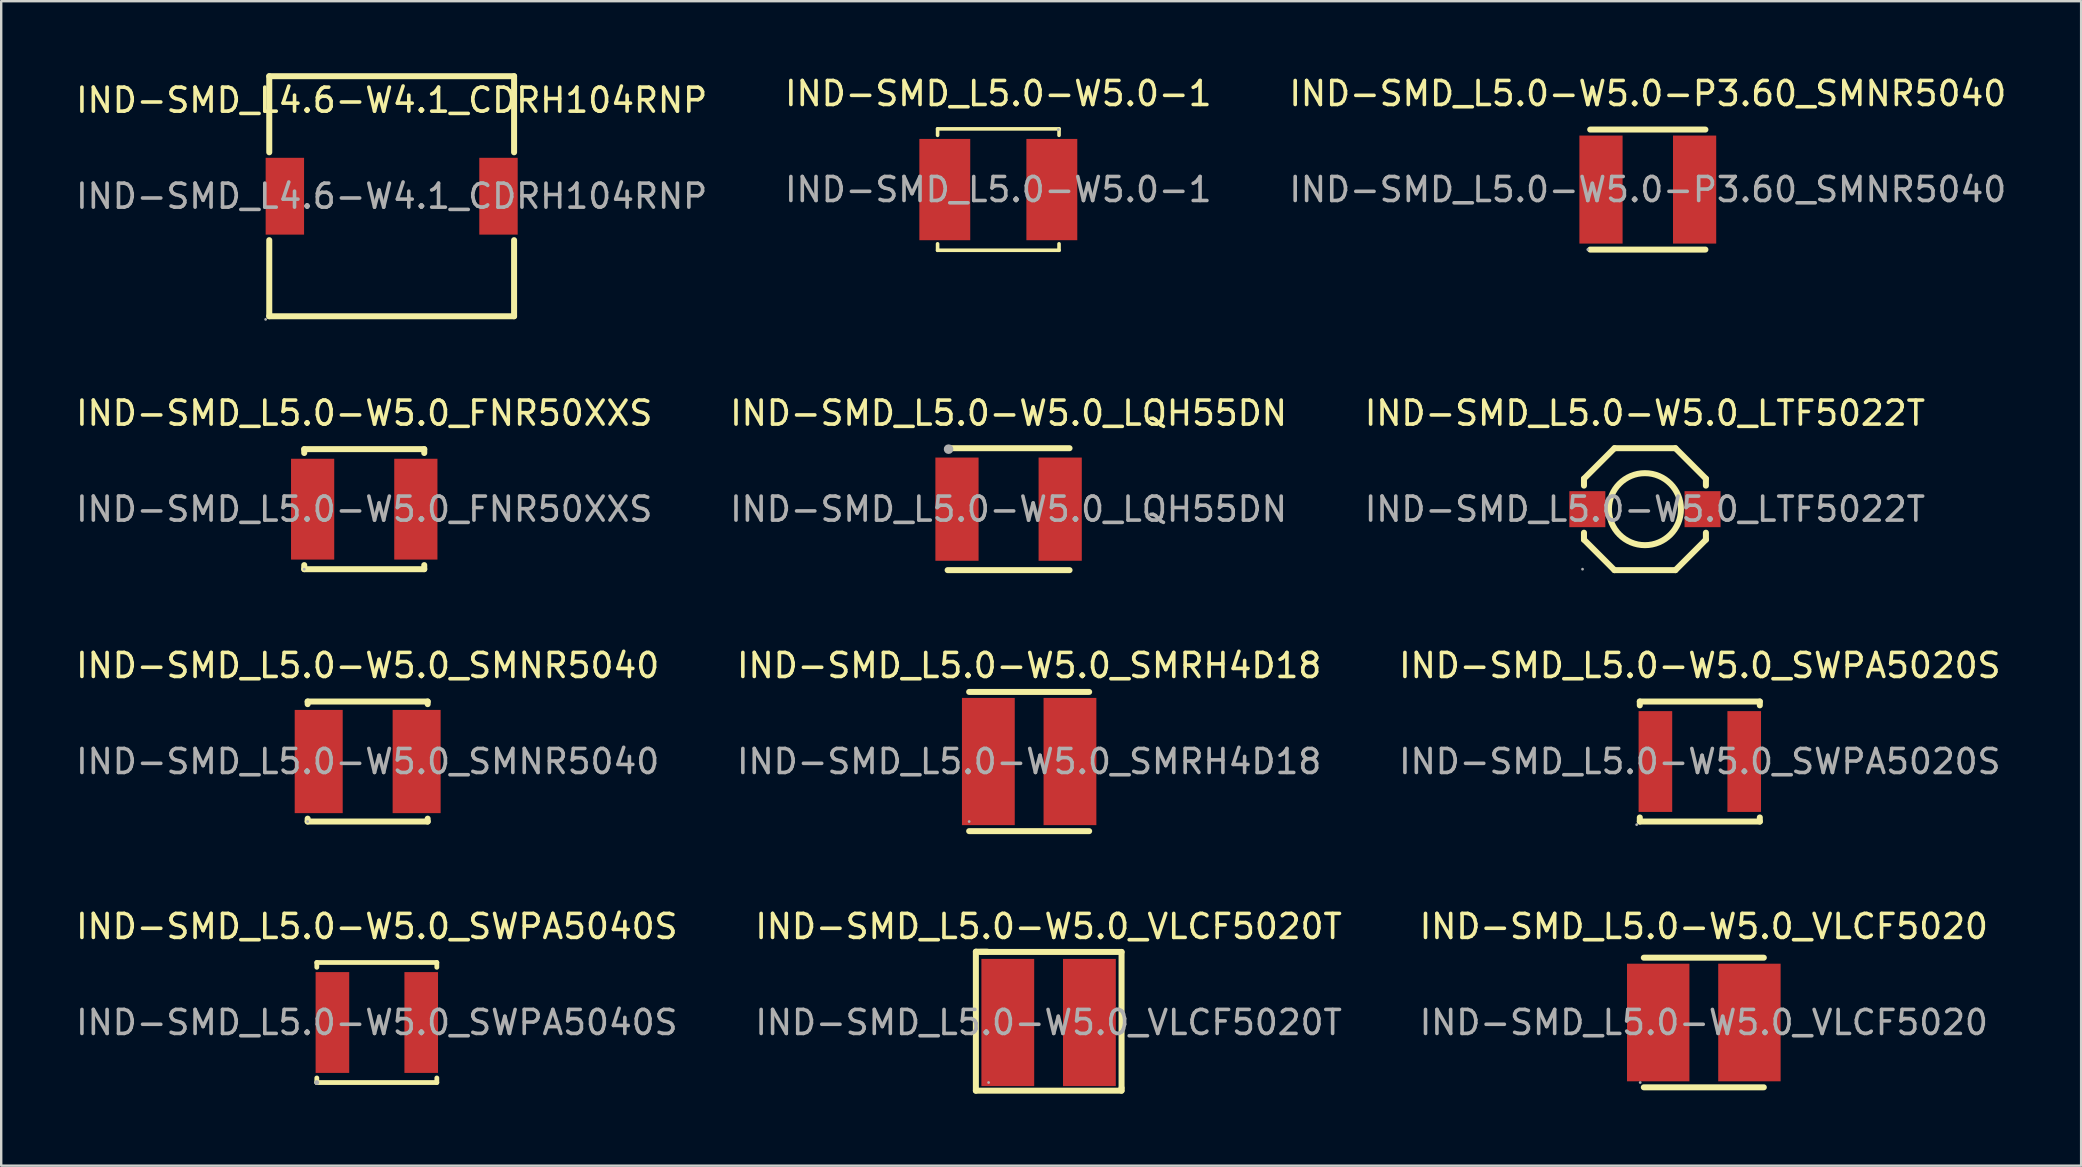
<source format=kicad_pcb>
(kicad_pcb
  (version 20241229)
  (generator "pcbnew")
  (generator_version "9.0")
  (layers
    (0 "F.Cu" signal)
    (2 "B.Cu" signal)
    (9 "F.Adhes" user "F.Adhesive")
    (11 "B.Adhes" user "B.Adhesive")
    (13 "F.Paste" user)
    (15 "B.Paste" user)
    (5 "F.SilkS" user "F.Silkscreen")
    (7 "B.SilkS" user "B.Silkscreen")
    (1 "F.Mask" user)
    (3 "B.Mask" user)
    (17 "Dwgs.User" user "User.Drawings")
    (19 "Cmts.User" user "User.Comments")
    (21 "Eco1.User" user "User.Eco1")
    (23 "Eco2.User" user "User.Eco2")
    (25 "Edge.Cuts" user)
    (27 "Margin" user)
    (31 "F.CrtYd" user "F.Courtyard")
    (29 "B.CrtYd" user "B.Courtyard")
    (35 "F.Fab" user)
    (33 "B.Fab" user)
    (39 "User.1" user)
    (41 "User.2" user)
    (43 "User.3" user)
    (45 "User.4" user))
  (footprint "IND-SMD_L5.0-W5.0_VLCF5020"
    (layer "F.Cu")
    (at 67.935 39.55)
    (property "Reference" "IND-SMD_L5.0-W5.0_VLCF5020" (at 0 -4 0) (layer "F.SilkS") (effects (font (size 1 1) (thickness 0.15))))
    (attr through_hole)
    (fp_line (start -2.5 -2.7) (end 2.5 -2.7) (stroke (width 0.25) (type solid)) (layer "F.SilkS"))
    (fp_line (start -2.5 2.7) (end 2.5 2.7) (stroke (width 0.25) (type solid)) (layer "F.SilkS"))
    (fp_circle (center -2.65 2.5) (end -2.62 2.5) (stroke (width 0.06) (type solid)) (fill no) (layer "F.Fab"))
    (fp_text user "${REFERENCE}" (at 0 0 0) (layer "F.Fab") (effects (font (size 1 1) (thickness 0.15))))
    (pad "1" smd rect (at -1.9 0 90) (size 4.9 2.6) (layers "F.Cu" "F.Mask" "F.Paste"))
    (pad "2" smd rect (at 1.9 0 90) (size 4.9 2.6) (layers "F.Cu" "F.Mask" "F.Paste")))
  (footprint "IND-SMD_L4.6-W4.1_CDRH104RNP"
    (layer "F.Cu")
    (at 13.268 5.125)
    (property "Reference" "IND-SMD_L4.6-W4.1_CDRH104RNP" (at 0 -4 0) (layer "F.SilkS") (effects (font (size 1 1) (thickness 0.15))))
    (attr through_hole)
    (fp_line (start -5.1 -5) (end 5.1 -5) (stroke (width 0.25) (type solid)) (layer "F.SilkS"))
    (fp_line (start -5.1 -1.83) (end -5.1 -5) (stroke (width 0.25) (type solid)) (layer "F.SilkS"))
    (fp_line (start -5.1 5) (end -5.1 1.83) (stroke (width 0.25) (type solid)) (layer "F.SilkS"))
    (fp_line (start -5.1 5) (end 5.1 5) (stroke (width 0.25) (type solid)) (layer "F.SilkS"))
    (fp_line (start 5.1 -5) (end 5.1 -1.83) (stroke (width 0.25) (type solid)) (layer "F.SilkS"))
    (fp_line (start 5.1 1.83) (end 5.1 5) (stroke (width 0.25) (type solid)) (layer "F.SilkS"))
    (fp_circle (center -5.25 5.13) (end -5.22 5.13) (stroke (width 0.06) (type solid)) (fill no) (layer "F.Fab"))
    (fp_text user "${REFERENCE}" (at 0 0 0) (layer "F.Fab") (effects (font (size 1 1) (thickness 0.15))))
    (pad "1" smd rect (at -4.45 0 90) (size 3.2 1.6) (layers "F.Cu" "F.Mask" "F.Paste"))
    (pad "2" smd rect (at 4.45 0 90) (size 3.2 1.6) (layers "F.Cu" "F.Mask" "F.Paste")))
  (footprint "IND-SMD_L5.0-W5.0_SWPA5040S"
    (layer "F.Cu")
    (at 12.649 39.55)
    (property "Reference" "IND-SMD_L5.0-W5.0_SWPA5040S" (at 0 -4 0) (layer "F.SilkS") (effects (font (size 1 1) (thickness 0.15))))
    (attr through_hole)
    (fp_line (start -2.5 -2.5) (end -2.5 -2.3) (stroke (width 0.2) (type solid)) (layer "F.SilkS"))
    (fp_line (start -2.5 -2.5) (end 2.5 -2.5) (stroke (width 0.2) (type solid)) (layer "F.SilkS"))
    (fp_line (start -2.5 2.31) (end -2.5 2.5) (stroke (width 0.2) (type solid)) (layer "F.SilkS"))
    (fp_line (start -2.5 2.5) (end 2.5 2.5) (stroke (width 0.2) (type solid)) (layer "F.SilkS"))
    (fp_line (start 2.5 -2.3) (end 2.5 -2.5) (stroke (width 0.2) (type solid)) (layer "F.SilkS"))
    (fp_line (start 2.5 2.5) (end 2.5 2.31) (stroke (width 0.2) (type solid)) (layer "F.SilkS"))
    (fp_circle (center -2.5 2.5) (end -2.45 2.5) (stroke (width 0.1) (type solid)) (fill no) (layer "F.Fab"))
    (fp_text user "${REFERENCE}" (at 0 0 0) (layer "F.Fab") (effects (font (size 1 1) (thickness 0.15))))
    (pad "1" smd rect (at -1.85 0) (size 1.4 4.2) (layers "F.Cu" "F.Mask" "F.Paste"))
    (pad "2" smd rect (at 1.85 0) (size 1.4 4.2) (layers "F.Cu" "F.Mask" "F.Paste")))
  (footprint "IND-SMD_L5.0-W5.0-P3.60_SMNR5040"
    (layer "F.Cu")
    (at 65.601 4.848)
    (property "Reference" "IND-SMD_L5.0-W5.0-P3.60_SMNR5040" (at 0 -4 0) (layer "F.SilkS") (effects (font (size 1 1) (thickness 0.15))))
    (attr through_hole)
    (fp_line (start -2.4 -2.5) (end 2.4 -2.5) (stroke (width 0.25) (type solid)) (layer "F.SilkS"))
    (fp_line (start -2.4 2.5) (end 2.4 2.5) (stroke (width 0.25) (type solid)) (layer "F.SilkS"))
    (fp_circle (center -2.5 2.5) (end -2.47 2.5) (stroke (width 0.06) (type solid)) (fill no) (layer "F.Fab"))
    (fp_text user "${REFERENCE}" (at 0 0 0) (layer "F.Fab") (effects (font (size 1 1) (thickness 0.15))))
    (pad "1" smd rect (at -1.95 0) (size 1.8 4.5) (layers "F.Cu" "F.Mask" "F.Paste"))
    (pad "2" smd rect (at 1.95 0) (size 1.8 4.5) (layers "F.Cu" "F.Mask" "F.Paste")))
  (footprint "IND-SMD_L5.0-W5.0_LTF5022T"
    (layer "F.Cu")
    (at 65.482 18.163)
    (property "Reference" "IND-SMD_L5.0-W5.0_LTF5022T" (at 0 -4 0) (layer "F.SilkS") (effects (font (size 1 1) (thickness 0.15))))
    (attr through_hole)
    (fp_line (start -2.54 -1.27) (end -1.27 -2.54) (stroke (width 0.25) (type solid)) (layer "F.SilkS"))
    (fp_line (start -2.54 -0.98) (end -2.54 -1.27) (stroke (width 0.25) (type solid)) (layer "F.SilkS"))
    (fp_line (start -2.54 1.27) (end -2.54 0.98) (stroke (width 0.25) (type solid)) (layer "F.SilkS"))
    (fp_line (start -1.27 -2.54) (end 1.27 -2.54) (stroke (width 0.25) (type solid)) (layer "F.SilkS"))
    (fp_line (start -1.27 2.54) (end -2.54 1.27) (stroke (width 0.25) (type solid)) (layer "F.SilkS"))
    (fp_line (start 1.27 -2.54) (end 2.54 -1.27) (stroke (width 0.25) (type solid)) (layer "F.SilkS"))
    (fp_line (start 1.27 2.54) (end -1.27 2.54) (stroke (width 0.25) (type solid)) (layer "F.SilkS"))
    (fp_line (start 2.54 -1.27) (end 2.54 -0.98) (stroke (width 0.25) (type solid)) (layer "F.SilkS"))
    (fp_line (start 2.54 0.98) (end 2.54 1.27) (stroke (width 0.25) (type solid)) (layer "F.SilkS"))
    (fp_line (start 2.54 1.27) (end 1.27 2.54) (stroke (width 0.25) (type solid)) (layer "F.SilkS"))
    (fp_circle (center 0 0) (end 1.5 0) (stroke (width 0.25) (type solid)) (fill no) (layer "F.SilkS"))
    (fp_circle (center -2.6 2.5) (end -2.57 2.5) (stroke (width 0.06) (type solid)) (fill no) (layer "F.Fab"))
    (fp_text user "${REFERENCE}" (at 0 0 0) (layer "F.Fab") (effects (font (size 1 1) (thickness 0.15))))
    (pad "1" smd rect (at -2.4 0) (size 1.5 1.5) (layers "F.Cu" "F.Mask" "F.Paste"))
    (pad "2" smd rect (at 2.4 0) (size 1.5 1.5) (layers "F.Cu" "F.Mask" "F.Paste")))
  (footprint "IND-SMD_L5.0-W5.0_SWPA5020S"
    (layer "F.Cu")
    (at 67.768 28.677)
    (property "Reference" "IND-SMD_L5.0-W5.0_SWPA5020S" (at 0 -4 0) (layer "F.SilkS") (effects (font (size 1 1) (thickness 0.15))))
    (attr through_hole)
    (fp_line (start -2.5 -2.5) (end 2.5 -2.5) (stroke (width 0.25) (type solid)) (layer "F.SilkS"))
    (fp_line (start -2.5 -2.34) (end -2.5 -2.5) (stroke (width 0.25) (type solid)) (layer "F.SilkS"))
    (fp_line (start -2.5 2.5) (end -2.5 2.33) (stroke (width 0.25) (type solid)) (layer "F.SilkS"))
    (fp_line (start -2.5 2.5) (end 2.5 2.5) (stroke (width 0.25) (type solid)) (layer "F.SilkS"))
    (fp_line (start 2.5 -2.34) (end 2.5 -2.5) (stroke (width 0.25) (type solid)) (layer "F.SilkS"))
    (fp_line (start 2.5 2.5) (end 2.5 2.33) (stroke (width 0.25) (type solid)) (layer "F.SilkS"))
    (fp_circle (center -2.63 2.63) (end -2.6 2.63) (stroke (width 0.06) (type solid)) (fill no) (layer "F.Fab"))
    (fp_text user "${REFERENCE}" (at 0 0 0) (layer "F.Fab") (effects (font (size 1 1) (thickness 0.15))))
    (pad "1" smd rect (at -1.85 0) (size 1.4 4.2) (layers "F.Cu" "F.Mask" "F.Paste"))
    (pad "2" smd rect (at 1.85 0) (size 1.4 4.2) (layers "F.Cu" "F.Mask" "F.Paste")))
  (footprint "IND-SMD_L5.0-W5.0_VLCF5020T"
    (layer "F.Cu")
    (at 40.637 39.55)
    (property "Reference" "IND-SMD_L5.0-W5.0_VLCF5020T" (at 0 -4 0) (layer "F.SilkS") (effects (font (size 1 1) (thickness 0.15))))
    (attr through_hole)
    (fp_line (start -3.03 -2.95) (end -2.55 -2.95) (stroke (width 0.25) (type solid)) (layer "F.SilkS"))
    (fp_line (start -3.03 2.84) (end -3.03 -2.95) (stroke (width 0.25) (type solid)) (layer "F.SilkS"))
    (fp_line (start -2.84 -2.94) (end 3.04 -2.94) (stroke (width 0.25) (type solid)) (layer "F.SilkS"))
    (fp_line (start 3.04 -2.94) (end 3.04 2.73) (stroke (width 0.25) (type solid)) (layer "F.SilkS"))
    (fp_line (start 3.04 2.73) (end 3.04 2.84) (stroke (width 0.25) (type solid)) (layer "F.SilkS"))
    (fp_line (start 3.04 2.84) (end -3.03 2.84) (stroke (width 0.25) (type solid)) (layer "F.SilkS"))
    (fp_circle (center -2.5 2.5) (end -2.47 2.5) (stroke (width 0.06) (type solid)) (fill no) (layer "F.Fab"))
    (fp_text user "${REFERENCE}" (at 0 0 0) (layer "F.Fab") (effects (font (size 1 1) (thickness 0.15))))
    (pad "1" smd rect (at -1.7 0) (size 2.2 5.3) (layers "F.Cu" "F.Mask" "F.Paste"))
    (pad "2" smd rect (at 1.7 0) (size 2.2 5.3) (layers "F.Cu" "F.Mask" "F.Paste")))
  (footprint "IND-SMD_L5.0-W5.0_SMRH4D18"
    (layer "F.Cu")
    (at 39.827 28.677)
    (property "Reference" "IND-SMD_L5.0-W5.0_SMRH4D18" (at 0 -4 0) (layer "F.SilkS") (effects (font (size 1 1) (thickness 0.15))))
    (attr through_hole)
    (fp_line (start -2.5 -2.9) (end 2.5 -2.9) (stroke (width 0.25) (type solid)) (layer "F.SilkS"))
    (fp_line (start -2.5 2.9) (end 2.5 2.9) (stroke (width 0.25) (type solid)) (layer "F.SilkS"))
    (fp_circle (center -2.5 2.5) (end -2.47 2.5) (stroke (width 0.06) (type solid)) (fill no) (layer "F.Fab"))
    (fp_text user "${REFERENCE}" (at 0 0 0) (layer "F.Fab") (effects (font (size 1 1) (thickness 0.15))))
    (pad "1" smd rect (at -1.7 0) (size 2.2 5.3) (layers "F.Cu" "F.Mask" "F.Paste"))
    (pad "2" smd rect (at 1.7 0) (size 2.2 5.3) (layers "F.Cu" "F.Mask" "F.Paste")))
  (footprint "IND-SMD_L5.0-W5.0-1"
    (layer "F.Cu")
    (at 38.542 4.848)
    (property "Reference" "IND-SMD_L5.0-W5.0-1" (at 0 -4 0) (layer "F.SilkS") (effects (font (size 1 1) (thickness 0.15))))
    (attr through_hole)
    (fp_line (start -2.53 -2.53) (end 2.53 -2.53) (stroke (width 0.15) (type solid)) (layer "F.SilkS"))
    (fp_line (start -2.53 -2.26) (end -2.53 -2.53) (stroke (width 0.15) (type solid)) (layer "F.SilkS"))
    (fp_line (start -2.53 2.26) (end -2.53 2.53) (stroke (width 0.15) (type solid)) (layer "F.SilkS"))
    (fp_line (start -2.53 2.53) (end 2.53 2.53) (stroke (width 0.15) (type solid)) (layer "F.SilkS"))
    (fp_line (start 2.53 -2.53) (end 2.53 -2.26) (stroke (width 0.15) (type solid)) (layer "F.SilkS"))
    (fp_line (start 2.53 2.53) (end 2.53 2.26) (stroke (width 0.15) (type solid)) (layer "F.SilkS"))
    (fp_circle (center 2.5 -2.5) (end 2.53 -2.5) (stroke (width 0.06) (type solid)) (fill no) (layer "F.Fab"))
    (fp_text user "${REFERENCE}" (at 0 0 0) (layer "F.Fab") (effects (font (size 1 1) (thickness 0.15))))
    (pad "1" smd rect (at 2.23 0) (size 2.12 4.22) (layers "F.Cu" "F.Mask" "F.Paste"))
    (pad "2" smd rect (at -2.23 0) (size 2.12 4.22) (layers "F.Cu" "F.Mask" "F.Paste")))
  (footprint "IND-SMD_L5.0-W5.0_SMNR5040"
    (layer "F.Cu")
    (at 12.268 28.677)
    (property "Reference" "IND-SMD_L5.0-W5.0_SMNR5040" (at 0 -4 0) (layer "F.SilkS") (effects (font (size 1 1) (thickness 0.15))))
    (attr through_hole)
    (fp_line (start -2.5 -2.5) (end -2.5 -2.39) (stroke (width 0.25) (type solid)) (layer "F.SilkS"))
    (fp_line (start -2.5 -2.5) (end 2.5 -2.5) (stroke (width 0.25) (type solid)) (layer "F.SilkS"))
    (fp_line (start -2.5 2.38) (end -2.5 2.5) (stroke (width 0.25) (type solid)) (layer "F.SilkS"))
    (fp_line (start -2.5 2.5) (end 2.5 2.5) (stroke (width 0.25) (type solid)) (layer "F.SilkS"))
    (fp_line (start 2.5 -2.5) (end 2.5 -2.39) (stroke (width 0.25) (type solid)) (layer "F.SilkS"))
    (fp_line (start 2.5 2.38) (end 2.5 2.5) (stroke (width 0.25) (type solid)) (layer "F.SilkS"))
    (fp_circle (center -2.5 2.5) (end -2.47 2.5) (stroke (width 0.06) (type solid)) (fill no) (layer "F.Fab"))
    (fp_text user "${REFERENCE}" (at 0 0 0) (layer "F.Fab") (effects (font (size 1 1) (thickness 0.15))))
    (pad "1" smd rect (at -2.04 0) (size 2 4.3) (layers "F.Cu" "F.Mask" "F.Paste"))
    (pad "2" smd rect (at 2.04 0) (size 2 4.3) (layers "F.Cu" "F.Mask" "F.Paste")))
  (footprint "IND-SMD_L5.0-W5.0_LQH55DN"
    (layer "F.Cu")
    (at 38.97 18.163)
    (property "Reference" "IND-SMD_L5.0-W5.0_LQH55DN" (at 0 -4 0) (layer "F.SilkS") (effects (font (size 1 1) (thickness 0.15))))
    (attr through_hole)
    (fp_line (start -2.54 -2.54) (end 2.54 -2.54) (stroke (width 0.25) (type solid)) (layer "F.SilkS"))
    (fp_line (start 2.54 2.54) (end -2.54 2.54) (stroke (width 0.25) (type solid)) (layer "F.SilkS"))
    (fp_circle (center -2.5 -2.5) (end -2.4 -2.5) (stroke (width 0.2) (type solid)) (fill no) (layer "F.Fab"))
    (fp_text user "${REFERENCE}" (at 0 0 0) (layer "F.Fab") (effects (font (size 1 1) (thickness 0.15))))
    (pad "1" smd rect (at -2.15 0) (size 1.8 4.3) (layers "F.Cu" "F.Mask" "F.Paste"))
    (pad "2" smd rect (at 2.15 0) (size 1.8 4.3) (layers "F.Cu" "F.Mask" "F.Paste")))
  (footprint "IND-SMD_L5.0-W5.0_FNR50XXS"
    (layer "F.Cu")
    (at 12.125 18.163)
    (property "Reference" "IND-SMD_L5.0-W5.0_FNR50XXS" (at 0 -4 0) (layer "F.SilkS") (effects (font (size 1 1) (thickness 0.15))))
    (attr through_hole)
    (fp_line (start -2.5 -2.5) (end -2.5 -2.34) (stroke (width 0.25) (type solid)) (layer "F.SilkS"))
    (fp_line (start -2.5 -2.5) (end 2.5 -2.5) (stroke (width 0.25) (type solid)) (layer "F.SilkS"))
    (fp_line (start -2.5 2.33) (end -2.5 2.5) (stroke (width 0.25) (type solid)) (layer "F.SilkS"))
    (fp_line (start -2.5 2.5) (end 2.5 2.5) (stroke (width 0.25) (type solid)) (layer "F.SilkS"))
    (fp_line (start 2.5 -2.34) (end 2.5 -2.5) (stroke (width 0.25) (type solid)) (layer "F.SilkS"))
    (fp_line (start 2.5 2.5) (end 2.5 2.33) (stroke (width 0.25) (type solid)) (layer "F.SilkS"))
    (fp_circle (center -2.5 2.5) (end -2.47 2.5) (stroke (width 0.06) (type solid)) (fill no) (layer "F.Fab"))
    (fp_text user "${REFERENCE}" (at 0 0 0) (layer "F.Fab") (effects (font (size 1 1) (thickness 0.15))))
    (pad "1" smd rect (at -2.15 0) (size 1.8 4.2) (layers "F.Cu" "F.Mask" "F.Paste"))
    (pad "2" smd rect (at 2.15 0) (size 1.8 4.2) (layers "F.Cu" "F.Mask" "F.Paste")))
  (gr_rect
    (start -3 -3)
    (end 83.655 45.515)
    (stroke (width 0.1) (type default))
    (fill no)
    (layer "Edge.Cuts")))
</source>
